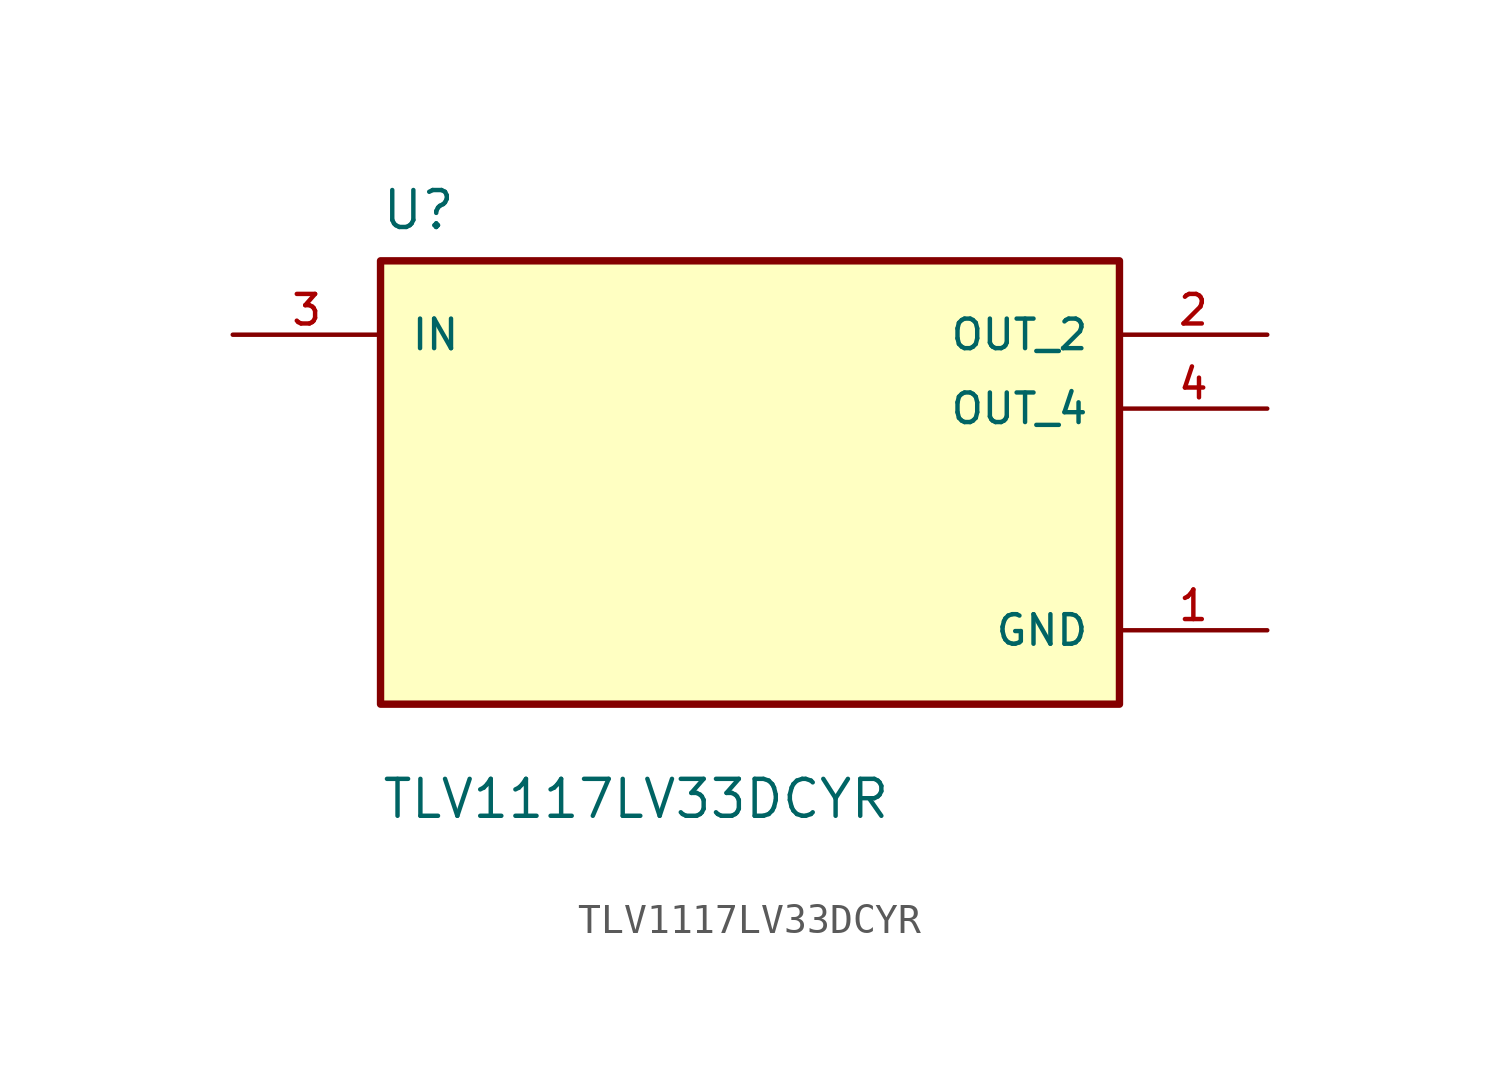
<source format=kicad_sym>
(kicad_symbol_lib
  (version 20211014)
  (generator kicad_symbol_editor)
  (symbol "TLV1117LV33DCYR"
    (pin_names
      (offset 1.016))
    (property "Reference" "U"
      (at -12.7 8.62 0.0)
      (effects (font (size 1.27 1.27)) (justify bottom left)))
    (property "Value" "TLV1117LV33DCYR"
      (at -12.7 -11.62 0.0)
      (effects (font (size 1.27 1.27)) (justify bottom left)))
    (symbol "TLV1117LV33DCYR_0_0"
      (rectangle (start -12.7 -7.62) (end 12.7 7.62) (stroke (width 0.254)) (fill (type background)))
      (pin input line (at -17.78 5.08 0) (length 5.08) (name "IN" (effects (font (size 1.016 1.016)))) (number "3" (effects (font (size 1.016 1.016)))))
      (pin output line (at 17.78 5.08 180.0) (length 5.08) (name "OUT_2" (effects (font (size 1.016 1.016)))) (number "2" (effects (font (size 1.016 1.016)))))
      (pin output line (at 17.78 2.54 180.0) (length 5.08) (name "OUT_4" (effects (font (size 1.016 1.016)))) (number "4" (effects (font (size 1.016 1.016)))))
      (pin power_in line (at 17.78 -5.08 180.0) (length 5.08) (name "GND" (effects (font (size 1.016 1.016)))) (number "1" (effects (font (size 1.016 1.016))))))))
</source>
